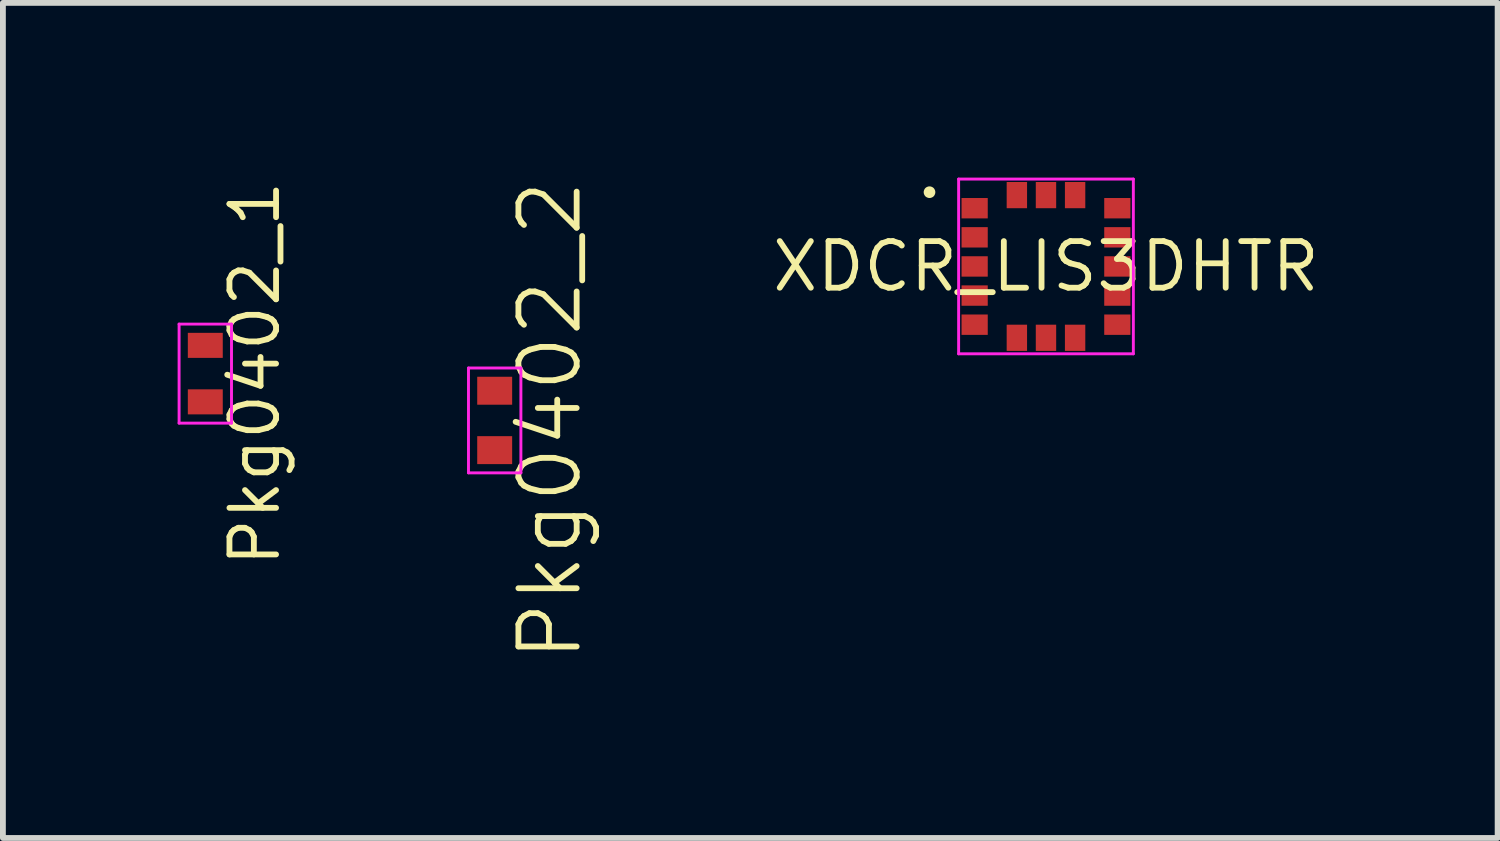
<source format=kicad_pcb>
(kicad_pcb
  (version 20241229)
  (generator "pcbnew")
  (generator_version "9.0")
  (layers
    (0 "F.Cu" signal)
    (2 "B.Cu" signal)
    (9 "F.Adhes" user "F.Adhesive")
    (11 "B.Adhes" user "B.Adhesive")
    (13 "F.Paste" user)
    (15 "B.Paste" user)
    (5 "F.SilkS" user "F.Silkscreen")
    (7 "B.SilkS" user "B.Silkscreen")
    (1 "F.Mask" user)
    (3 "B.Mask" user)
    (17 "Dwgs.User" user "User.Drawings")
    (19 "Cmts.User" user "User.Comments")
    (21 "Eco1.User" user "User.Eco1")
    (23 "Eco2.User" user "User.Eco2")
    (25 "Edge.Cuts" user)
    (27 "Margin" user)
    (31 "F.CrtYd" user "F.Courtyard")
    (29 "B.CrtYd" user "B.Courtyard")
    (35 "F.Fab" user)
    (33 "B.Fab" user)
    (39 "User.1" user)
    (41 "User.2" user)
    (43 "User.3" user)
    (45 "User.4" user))
  (footprint "Pkg0402_2"
    (layer "F.Cu")
    (at 5.444 4.169)
    (property "Reference" "Pkg0402_2" (at 0.95 0 90) (layer "F.SilkS") (effects (font (size 1 1) (thickness 0.1))))
    (fp_line (start -0.45 -0.9) (end -0.45 0.9) (stroke (width 0.05) (type solid)) (layer "F.CrtYd"))
    (fp_line (start -0.45 0.9) (end 0.45 0.9) (stroke (width 0.05) (type solid)) (layer "F.CrtYd"))
    (fp_line (start 0.45 -0.9) (end -0.45 -0.9) (stroke (width 0.05) (type solid)) (layer "F.CrtYd"))
    (fp_line (start 0.45 0.9) (end 0.45 -0.9) (stroke (width 0.05) (type solid)) (layer "F.CrtYd"))
    (pad "" smd rect (at 0 -0.51) (size 0.7 0.58) (layers "F.Mask"))
    (pad "" smd rect (at 0 0.51) (size 0.7 0.58) (layers "F.Mask"))
    (pad "1" smd rect (at 0 -0.51) (size 0.6 0.48) (layers "F.Cu" "F.Paste"))
    (pad "2" smd rect (at 0 0.51) (size 0.6 0.48) (layers "F.Cu" "F.Paste")))
  (footprint "Pkg0402_1"
    (layer "F.Cu")
    (at 0.475 3.365)
    (property "Reference" "Pkg0402_1" (at 0.85 0 90) (layer "F.SilkS") (effects (font (size 0.8 0.8) (thickness 0.1))))
    (fp_line (start -0.45 -0.85) (end -0.45 0.85) (stroke (width 0.05) (type solid)) (layer "F.CrtYd"))
    (fp_line (start -0.45 0.85) (end 0.45 0.85) (stroke (width 0.05) (type solid)) (layer "F.CrtYd"))
    (fp_line (start 0.45 -0.85) (end -0.45 -0.85) (stroke (width 0.05) (type solid)) (layer "F.CrtYd"))
    (fp_line (start 0.45 0.85) (end 0.45 -0.85) (stroke (width 0.05) (type solid)) (layer "F.CrtYd"))
    (pad "" smd rect (at 0 -0.485) (size 0.7 0.53) (layers "F.Mask"))
    (pad "" smd rect (at 0 0.485) (size 0.7 0.53) (layers "F.Mask"))
    (pad "1" smd rect (at 0 -0.485) (size 0.6 0.43) (layers "F.Cu" "F.Paste"))
    (pad "2" smd rect (at 0 0.485) (size 0.6 0.43) (layers "F.Cu" "F.Paste")))
  (footprint "XDCR_LIS3DHTR"
    (layer "F.Cu")
    (at 14.91 1.525)
    (property "Reference" "XDCR_LIS3DHTR" (at 0 0 0) (layer "F.SilkS") (effects (font (size 0.8 0.8) (thickness 0.1))))
    (fp_poly (pts (xy -1.9 -1.275) (xy -1.902 -1.295) (xy -1.908 -1.313) (xy -1.917 -1.331) (xy -1.929 -1.346) (xy -1.944 -1.358) (xy -1.962 -1.367) (xy -1.98 -1.373) (xy -2 -1.375) (xy -2.02 -1.373) (xy -2.038 -1.367) (xy -2.056 -1.358) (xy -2.071 -1.346) (xy -2.083 -1.331) (xy -2.092 -1.313) (xy -2.098 -1.295) (xy -2.1 -1.275) (xy -2.098 -1.255) (xy -2.092 -1.237) (xy -2.083 -1.219) (xy -2.071 -1.204) (xy -2.056 -1.192) (xy -2.038 -1.183) (xy -2.02 -1.177) (xy -2 -1.175) (xy -1.98 -1.177) (xy -1.962 -1.183) (xy -1.944 -1.192) (xy -1.929 -1.204) (xy -1.917 -1.219) (xy -1.908 -1.237) (xy -1.902 -1.255)) (stroke (width 0) (type solid)) (fill yes) (layer "F.SilkS"))
    (fp_line (start -1.5 -1.5) (end -1.5 1.5) (stroke (width 0.05) (type solid)) (layer "F.CrtYd"))
    (fp_line (start -1.5 1.5) (end 1.5 1.5) (stroke (width 0.05) (type solid)) (layer "F.CrtYd"))
    (fp_line (start 1.5 -1.5) (end -1.5 -1.5) (stroke (width 0.05) (type solid)) (layer "F.CrtYd"))
    (fp_line (start 1.5 1.5) (end 1.5 -1.5) (stroke (width 0.05) (type solid)) (layer "F.CrtYd"))
    (pad "" smd rect (at -1.225 -1) (size 0.55 0.45) (layers "F.Mask"))
    (pad "" smd rect (at -1.225 -0.5) (size 0.55 0.45) (layers "F.Mask"))
    (pad "" smd rect (at -1.225 0) (size 0.55 0.45) (layers "F.Mask"))
    (pad "" smd rect (at -1.225 0.5) (size 0.55 0.45) (layers "F.Mask"))
    (pad "" smd rect (at -1.225 1) (size 0.55 0.45) (layers "F.Mask"))
    (pad "" smd rect (at -0.5 -1.225) (size 0.45 0.55) (layers "F.Mask"))
    (pad "" smd rect (at -0.5 1.225) (size 0.45 0.55) (layers "F.Mask"))
    (pad "" smd rect (at 0 -1.225) (size 0.45 0.55) (layers "F.Mask"))
    (pad "" smd rect (at 0 1.225) (size 0.45 0.55) (layers "F.Mask"))
    (pad "" smd rect (at 0.5 -1.225) (size 0.45 0.55) (layers "F.Mask"))
    (pad "" smd rect (at 0.5 1.225) (size 0.45 0.55) (layers "F.Mask"))
    (pad "" smd rect (at 1.225 -1) (size 0.55 0.45) (layers "F.Mask"))
    (pad "" smd rect (at 1.225 -0.5) (size 0.55 0.45) (layers "F.Mask"))
    (pad "" smd rect (at 1.225 0) (size 0.55 0.45) (layers "F.Mask"))
    (pad "" smd rect (at 1.225 0.5) (size 0.55 0.45) (layers "F.Mask"))
    (pad "" smd rect (at 1.225 1) (size 0.55 0.45) (layers "F.Mask"))
    (pad "1" smd rect (at -1.225 -1) (size 0.45 0.35) (layers "F.Cu" "F.Paste"))
    (pad "2" smd rect (at -1.225 -0.5) (size 0.45 0.35) (layers "F.Cu" "F.Paste"))
    (pad "3" smd rect (at -1.225 0) (size 0.45 0.35) (layers "F.Cu" "F.Paste"))
    (pad "4" smd rect (at -1.225 0.5) (size 0.45 0.35) (layers "F.Cu" "F.Paste"))
    (pad "5" smd rect (at -1.225 1) (size 0.45 0.35) (layers "F.Cu" "F.Paste"))
    (pad "6" smd rect (at -0.5 1.225) (size 0.35 0.45) (layers "F.Cu" "F.Paste"))
    (pad "7" smd rect (at 0 1.225) (size 0.35 0.45) (layers "F.Cu" "F.Paste"))
    (pad "8" smd rect (at 0.5 1.225) (size 0.35 0.45) (layers "F.Cu" "F.Paste"))
    (pad "9" smd rect (at 1.225 1) (size 0.45 0.35) (layers "F.Cu" "F.Paste"))
    (pad "10" smd rect (at 1.225 0.5) (size 0.45 0.35) (layers "F.Cu" "F.Paste"))
    (pad "11" smd rect (at 1.225 0) (size 0.45 0.35) (layers "F.Cu" "F.Paste"))
    (pad "12" smd rect (at 1.225 -0.5) (size 0.45 0.35) (layers "F.Cu" "F.Paste"))
    (pad "13" smd rect (at 1.225 -1) (size 0.45 0.35) (layers "F.Cu" "F.Paste"))
    (pad "14" smd rect (at 0.5 -1.225) (size 0.35 0.45) (layers "F.Cu" "F.Paste"))
    (pad "15" smd rect (at 0 -1.225) (size 0.35 0.45) (layers "F.Cu" "F.Paste"))
    (pad "16" smd rect (at -0.5 -1.225) (size 0.35 0.45) (layers "F.Cu" "F.Paste")))
  (gr_rect
    (start -3 -3)
    (end 22.665 11.338)
    (stroke (width 0.1) (type default))
    (fill no)
    (layer "Edge.Cuts")))
</source>
